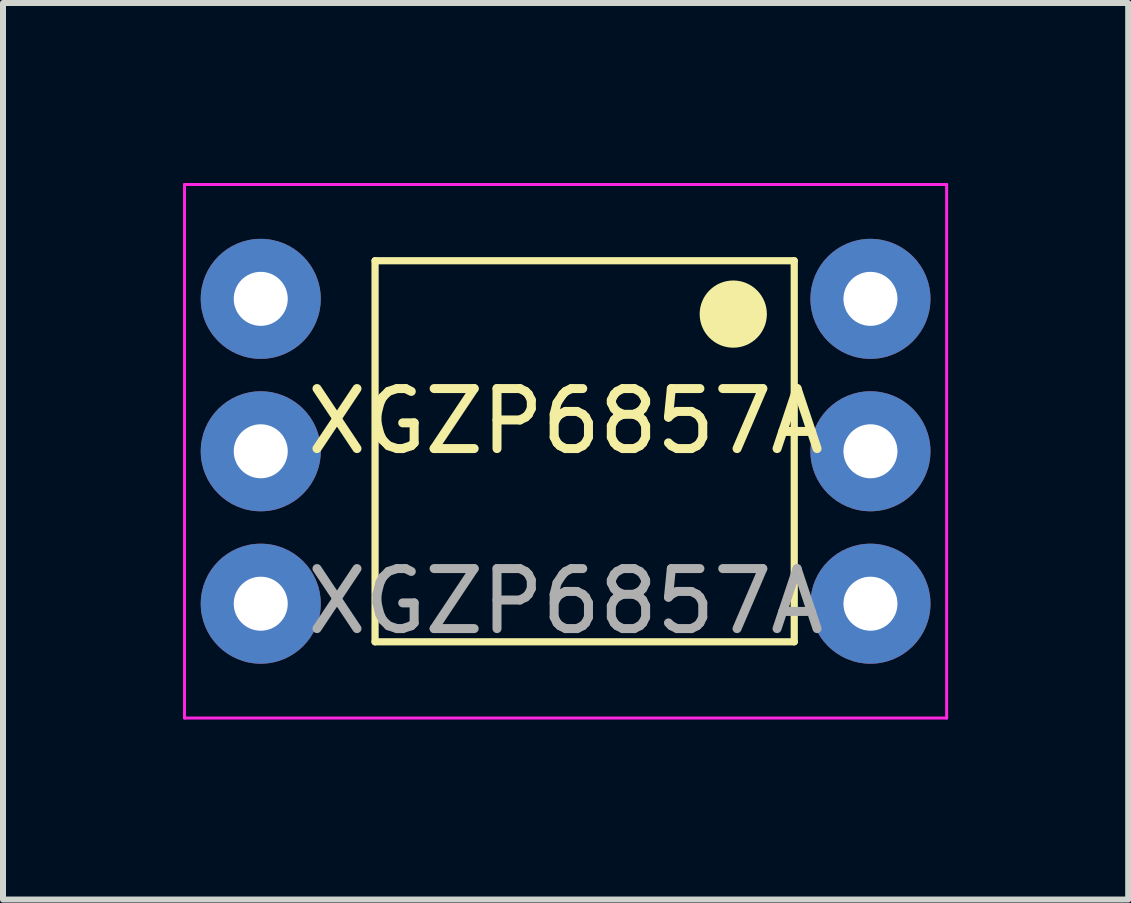
<source format=kicad_pcb>
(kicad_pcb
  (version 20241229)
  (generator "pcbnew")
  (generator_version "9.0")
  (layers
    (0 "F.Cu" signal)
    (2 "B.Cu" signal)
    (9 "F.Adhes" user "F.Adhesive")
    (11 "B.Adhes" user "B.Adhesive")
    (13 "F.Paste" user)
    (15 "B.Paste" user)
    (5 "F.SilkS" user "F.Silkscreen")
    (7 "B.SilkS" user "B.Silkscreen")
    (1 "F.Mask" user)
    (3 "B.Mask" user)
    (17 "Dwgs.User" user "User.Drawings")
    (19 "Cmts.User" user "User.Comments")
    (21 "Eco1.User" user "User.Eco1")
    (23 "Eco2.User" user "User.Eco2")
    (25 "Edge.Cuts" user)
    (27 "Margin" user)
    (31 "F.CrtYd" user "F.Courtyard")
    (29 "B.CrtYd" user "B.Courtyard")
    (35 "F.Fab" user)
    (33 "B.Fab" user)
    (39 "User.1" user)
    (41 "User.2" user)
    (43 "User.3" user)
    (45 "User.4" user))
  (footprint "XGZP6857A"
    (layer "F.Cu")
    (at 6.375 4.47)
    (property "Reference" "XGZP6857A" (at 0 -0.5 0) (unlocked yes) (layer "F.SilkS") (effects (font (size 1 1) (thickness 0.15))))
    (attr through_hole)
    (fp_line (start -3.175 -3.175) (end 3.81 -3.175) (stroke (width 0.12) (type solid)) (layer "F.SilkS"))
    (fp_line (start -3.175 3.175) (end -3.175 -3.175) (stroke (width 0.12) (type solid)) (layer "F.SilkS"))
    (fp_line (start 3.81 -3.175) (end 3.81 3.175) (stroke (width 0.12) (type solid)) (layer "F.SilkS"))
    (fp_line (start 3.81 3.175) (end -3.175 3.175) (stroke (width 0.12) (type solid)) (layer "F.SilkS"))
    (fp_circle (center 2.794 -2.286) (end 3.294 -2.286) (stroke (width 0.12) (type solid)) (fill yes) (layer "F.SilkS"))
    (fp_line (start -6.35 -4.445) (end 6.35 -4.445) (stroke (width 0.05) (type solid)) (layer "F.CrtYd"))
    (fp_line (start -6.35 4.445) (end -6.35 -4.445) (stroke (width 0.05) (type solid)) (layer "F.CrtYd"))
    (fp_line (start 6.35 -4.445) (end 6.35 4.445) (stroke (width 0.05) (type solid)) (layer "F.CrtYd"))
    (fp_line (start 6.35 4.445) (end -6.35 4.445) (stroke (width 0.05) (type solid)) (layer "F.CrtYd"))
    (fp_text user "${REFERENCE}" (at 0 2.5 0) (unlocked yes) (layer "F.Fab") (effects (font (size 1 1) (thickness 0.15))))
    (pad "1" thru_hole circle (at 5.08 -2.54) (size 2 2) (drill 0.9) (layers "*.Cu" "*.Mask"))
    (pad "2" thru_hole circle (at 5.08 0) (size 2 2) (drill 0.9) (layers "*.Cu" "*.Mask"))
    (pad "3" thru_hole circle (at 5.08 2.54) (size 2 2) (drill 0.9) (layers "*.Cu" "*.Mask"))
    (pad "4" thru_hole circle (at -5.08 2.54) (size 2 2) (drill 0.9) (layers "*.Cu" "*.Mask"))
    (pad "5" thru_hole circle (at -5.08 0) (size 2 2) (drill 0.9) (layers "*.Cu" "*.Mask"))
    (pad "6" thru_hole circle (at -5.08 -2.54) (size 2 2) (drill 0.9) (layers "*.Cu" "*.Mask")))
  (gr_rect
    (start -3 -3)
    (end 15.75 11.94)
    (stroke (width 0.1) (type default))
    (fill no)
    (layer "Edge.Cuts")))
</source>
